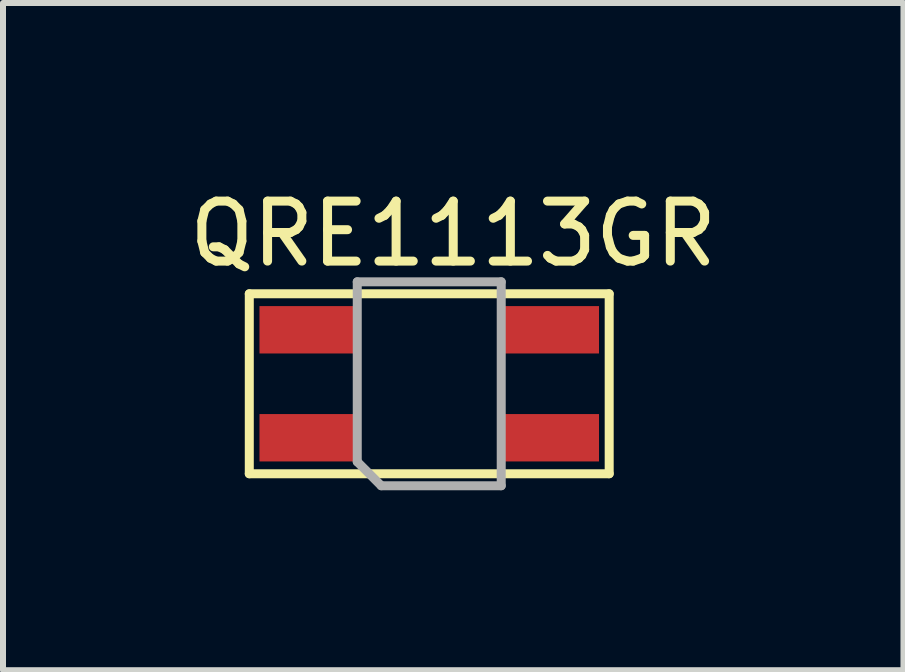
<source format=kicad_pcb>
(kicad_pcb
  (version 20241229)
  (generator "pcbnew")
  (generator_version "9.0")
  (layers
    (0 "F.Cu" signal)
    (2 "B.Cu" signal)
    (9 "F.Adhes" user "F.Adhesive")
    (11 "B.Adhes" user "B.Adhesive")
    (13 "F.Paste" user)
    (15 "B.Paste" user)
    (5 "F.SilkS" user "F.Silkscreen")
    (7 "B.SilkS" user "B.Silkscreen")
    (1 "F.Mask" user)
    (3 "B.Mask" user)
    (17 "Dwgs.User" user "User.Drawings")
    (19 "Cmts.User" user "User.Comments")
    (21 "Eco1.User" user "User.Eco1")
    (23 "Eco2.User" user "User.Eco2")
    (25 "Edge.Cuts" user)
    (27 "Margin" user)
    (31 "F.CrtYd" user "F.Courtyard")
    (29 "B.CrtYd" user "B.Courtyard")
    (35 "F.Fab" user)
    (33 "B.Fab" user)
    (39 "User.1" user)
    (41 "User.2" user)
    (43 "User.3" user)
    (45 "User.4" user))
  (footprint "QRE1113GR"
    (layer "F.Cu")
    (at 2.106 4.248)
    (property "Reference" "QRE1113GR" (at 2.4 -3.4 0) (layer "F.SilkS") (effects (font (size 1 1) (thickness 0.15))))
    (attr through_hole)
    (fp_line (start -1 -2.4) (end 5 -2.4) (stroke (width 0.15) (type solid)) (layer "F.SilkS"))
    (fp_line (start -1 0.6) (end -1 -2.4) (stroke (width 0.15) (type solid)) (layer "F.SilkS"))
    (fp_line (start 5 -2.4) (end 5 0.6) (stroke (width 0.15) (type solid)) (layer "F.SilkS"))
    (fp_line (start 5 0.6) (end -1 0.6) (stroke (width 0.15) (type solid)) (layer "F.SilkS"))
    (fp_line (start 0.8 -2.6) (end 3.2 -2.6) (stroke (width 0.15) (type solid)) (layer "F.Fab"))
    (fp_line (start 0.8 0.4) (end 0.8 -2.6) (stroke (width 0.15) (type solid)) (layer "F.Fab"))
    (fp_line (start 1.2 0.8) (end 0.8 0.4) (stroke (width 0.15) (type solid)) (layer "F.Fab"))
    (fp_line (start 3.2 -2.6) (end 3.2 0.8) (stroke (width 0.15) (type solid)) (layer "F.Fab"))
    (fp_line (start 3.2 0.8) (end 1.2 0.8) (stroke (width 0.15) (type solid)) (layer "F.Fab"))
    (pad "1" smd rect (at 0 0) (size 1.66 0.79) (layers "F.Cu" "F.Mask" "F.Paste"))
    (pad "2" smd rect (at 4 0) (size 1.66 0.79) (layers "F.Cu" "F.Mask" "F.Paste"))
    (pad "3" smd rect (at 4 -1.8) (size 1.66 0.79) (layers "F.Cu" "F.Mask" "F.Paste"))
    (pad "4" smd rect (at 0 -1.8) (size 1.66 0.79) (layers "F.Cu" "F.Mask" "F.Paste")))
  (gr_rect
    (start -3 -3)
    (end 12.012 8.123)
    (stroke (width 0.1) (type default))
    (fill no)
    (layer "Edge.Cuts")))
</source>
